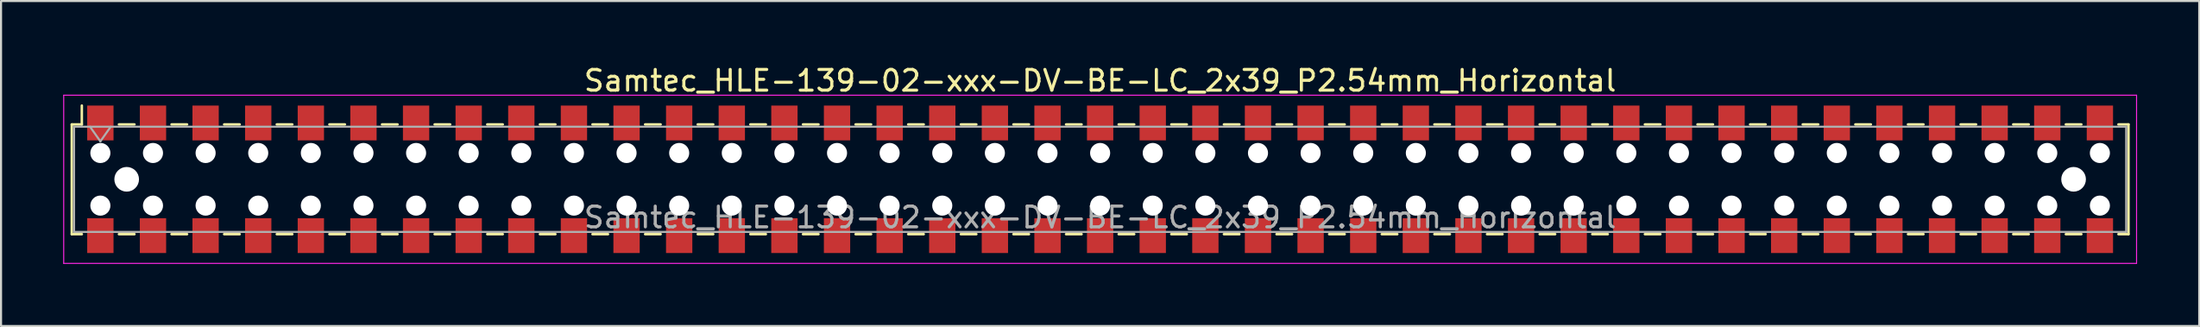
<source format=kicad_pcb>
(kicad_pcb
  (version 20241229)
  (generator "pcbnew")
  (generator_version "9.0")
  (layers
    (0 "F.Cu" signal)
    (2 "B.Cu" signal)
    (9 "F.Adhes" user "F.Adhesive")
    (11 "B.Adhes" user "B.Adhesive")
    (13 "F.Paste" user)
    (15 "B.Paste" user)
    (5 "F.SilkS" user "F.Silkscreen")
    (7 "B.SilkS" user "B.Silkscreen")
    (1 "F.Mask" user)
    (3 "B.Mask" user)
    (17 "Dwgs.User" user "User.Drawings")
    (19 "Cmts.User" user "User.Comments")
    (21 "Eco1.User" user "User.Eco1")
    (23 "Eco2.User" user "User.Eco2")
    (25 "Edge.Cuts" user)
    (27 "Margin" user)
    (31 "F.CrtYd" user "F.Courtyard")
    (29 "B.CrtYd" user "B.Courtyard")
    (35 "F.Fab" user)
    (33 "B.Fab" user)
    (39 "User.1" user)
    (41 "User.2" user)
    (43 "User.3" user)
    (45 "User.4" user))
  (footprint "Samtec_HLE-139-02-xxx-DV-BE-LC_2x39_P2.54mm_Horizontal"
    (layer "F.Cu")
    (at 50.055 5.608)
    (property "Reference" "Samtec_HLE-139-02-xxx-DV-BE-LC_2x39_P2.54mm_Horizontal" (at 0 -4.76 0) (layer "F.SilkS") (effects (font (size 1 1) (thickness 0.15))))
    (attr smd)
    (fp_line (start -49.64 -2.65) (end -49.64 2.65) (stroke (width 0.12) (type solid)) (layer "F.SilkS"))
    (fp_line (start -49.64 2.65) (end -49.155 2.65) (stroke (width 0.12) (type solid)) (layer "F.SilkS"))
    (fp_line (start -49.155 -3.56) (end -49.155 -2.65) (stroke (width 0.12) (type solid)) (layer "F.SilkS"))
    (fp_line (start -49.155 -2.65) (end -49.64 -2.65) (stroke (width 0.12) (type solid)) (layer "F.SilkS"))
    (fp_line (start -47.365 -2.65) (end -46.615 -2.65) (stroke (width 0.12) (type solid)) (layer "F.SilkS"))
    (fp_line (start -47.365 2.65) (end -46.615 2.65) (stroke (width 0.12) (type solid)) (layer "F.SilkS"))
    (fp_line (start -44.825 -2.65) (end -44.075 -2.65) (stroke (width 0.12) (type solid)) (layer "F.SilkS"))
    (fp_line (start -44.825 2.65) (end -44.075 2.65) (stroke (width 0.12) (type solid)) (layer "F.SilkS"))
    (fp_line (start -42.285 -2.65) (end -41.535 -2.65) (stroke (width 0.12) (type solid)) (layer "F.SilkS"))
    (fp_line (start -42.285 2.65) (end -41.535 2.65) (stroke (width 0.12) (type solid)) (layer "F.SilkS"))
    (fp_line (start -39.745 -2.65) (end -38.995 -2.65) (stroke (width 0.12) (type solid)) (layer "F.SilkS"))
    (fp_line (start -39.745 2.65) (end -38.995 2.65) (stroke (width 0.12) (type solid)) (layer "F.SilkS"))
    (fp_line (start -37.205 -2.65) (end -36.455 -2.65) (stroke (width 0.12) (type solid)) (layer "F.SilkS"))
    (fp_line (start -37.205 2.65) (end -36.455 2.65) (stroke (width 0.12) (type solid)) (layer "F.SilkS"))
    (fp_line (start -34.665 -2.65) (end -33.915 -2.65) (stroke (width 0.12) (type solid)) (layer "F.SilkS"))
    (fp_line (start -34.665 2.65) (end -33.915 2.65) (stroke (width 0.12) (type solid)) (layer "F.SilkS"))
    (fp_line (start -32.125 -2.65) (end -31.375 -2.65) (stroke (width 0.12) (type solid)) (layer "F.SilkS"))
    (fp_line (start -32.125 2.65) (end -31.375 2.65) (stroke (width 0.12) (type solid)) (layer "F.SilkS"))
    (fp_line (start -29.585 -2.65) (end -28.835 -2.65) (stroke (width 0.12) (type solid)) (layer "F.SilkS"))
    (fp_line (start -29.585 2.65) (end -28.835 2.65) (stroke (width 0.12) (type solid)) (layer "F.SilkS"))
    (fp_line (start -27.045 -2.65) (end -26.295 -2.65) (stroke (width 0.12) (type solid)) (layer "F.SilkS"))
    (fp_line (start -27.045 2.65) (end -26.295 2.65) (stroke (width 0.12) (type solid)) (layer "F.SilkS"))
    (fp_line (start -24.505 -2.65) (end -23.755 -2.65) (stroke (width 0.12) (type solid)) (layer "F.SilkS"))
    (fp_line (start -24.505 2.65) (end -23.755 2.65) (stroke (width 0.12) (type solid)) (layer "F.SilkS"))
    (fp_line (start -21.965 -2.65) (end -21.215 -2.65) (stroke (width 0.12) (type solid)) (layer "F.SilkS"))
    (fp_line (start -21.965 2.65) (end -21.215 2.65) (stroke (width 0.12) (type solid)) (layer "F.SilkS"))
    (fp_line (start -19.425 -2.65) (end -18.675 -2.65) (stroke (width 0.12) (type solid)) (layer "F.SilkS"))
    (fp_line (start -19.425 2.65) (end -18.675 2.65) (stroke (width 0.12) (type solid)) (layer "F.SilkS"))
    (fp_line (start -16.885 -2.65) (end -16.135 -2.65) (stroke (width 0.12) (type solid)) (layer "F.SilkS"))
    (fp_line (start -16.885 2.65) (end -16.135 2.65) (stroke (width 0.12) (type solid)) (layer "F.SilkS"))
    (fp_line (start -14.345 -2.65) (end -13.595 -2.65) (stroke (width 0.12) (type solid)) (layer "F.SilkS"))
    (fp_line (start -14.345 2.65) (end -13.595 2.65) (stroke (width 0.12) (type solid)) (layer "F.SilkS"))
    (fp_line (start -11.805 -2.65) (end -11.055 -2.65) (stroke (width 0.12) (type solid)) (layer "F.SilkS"))
    (fp_line (start -11.805 2.65) (end -11.055 2.65) (stroke (width 0.12) (type solid)) (layer "F.SilkS"))
    (fp_line (start -9.265 -2.65) (end -8.515 -2.65) (stroke (width 0.12) (type solid)) (layer "F.SilkS"))
    (fp_line (start -9.265 2.65) (end -8.515 2.65) (stroke (width 0.12) (type solid)) (layer "F.SilkS"))
    (fp_line (start -6.725 -2.65) (end -5.975 -2.65) (stroke (width 0.12) (type solid)) (layer "F.SilkS"))
    (fp_line (start -6.725 2.65) (end -5.975 2.65) (stroke (width 0.12) (type solid)) (layer "F.SilkS"))
    (fp_line (start -4.185 -2.65) (end -3.435 -2.65) (stroke (width 0.12) (type solid)) (layer "F.SilkS"))
    (fp_line (start -4.185 2.65) (end -3.435 2.65) (stroke (width 0.12) (type solid)) (layer "F.SilkS"))
    (fp_line (start -1.645 -2.65) (end -0.895 -2.65) (stroke (width 0.12) (type solid)) (layer "F.SilkS"))
    (fp_line (start -1.645 2.65) (end -0.895 2.65) (stroke (width 0.12) (type solid)) (layer "F.SilkS"))
    (fp_line (start 0.895 -2.65) (end 1.645 -2.65) (stroke (width 0.12) (type solid)) (layer "F.SilkS"))
    (fp_line (start 0.895 2.65) (end 1.645 2.65) (stroke (width 0.12) (type solid)) (layer "F.SilkS"))
    (fp_line (start 3.435 -2.65) (end 4.185 -2.65) (stroke (width 0.12) (type solid)) (layer "F.SilkS"))
    (fp_line (start 3.435 2.65) (end 4.185 2.65) (stroke (width 0.12) (type solid)) (layer "F.SilkS"))
    (fp_line (start 5.975 -2.65) (end 6.725 -2.65) (stroke (width 0.12) (type solid)) (layer "F.SilkS"))
    (fp_line (start 5.975 2.65) (end 6.725 2.65) (stroke (width 0.12) (type solid)) (layer "F.SilkS"))
    (fp_line (start 8.515 -2.65) (end 9.265 -2.65) (stroke (width 0.12) (type solid)) (layer "F.SilkS"))
    (fp_line (start 8.515 2.65) (end 9.265 2.65) (stroke (width 0.12) (type solid)) (layer "F.SilkS"))
    (fp_line (start 11.055 -2.65) (end 11.805 -2.65) (stroke (width 0.12) (type solid)) (layer "F.SilkS"))
    (fp_line (start 11.055 2.65) (end 11.805 2.65) (stroke (width 0.12) (type solid)) (layer "F.SilkS"))
    (fp_line (start 13.595 -2.65) (end 14.345 -2.65) (stroke (width 0.12) (type solid)) (layer "F.SilkS"))
    (fp_line (start 13.595 2.65) (end 14.345 2.65) (stroke (width 0.12) (type solid)) (layer "F.SilkS"))
    (fp_line (start 16.135 -2.65) (end 16.885 -2.65) (stroke (width 0.12) (type solid)) (layer "F.SilkS"))
    (fp_line (start 16.135 2.65) (end 16.885 2.65) (stroke (width 0.12) (type solid)) (layer "F.SilkS"))
    (fp_line (start 18.675 -2.65) (end 19.425 -2.65) (stroke (width 0.12) (type solid)) (layer "F.SilkS"))
    (fp_line (start 18.675 2.65) (end 19.425 2.65) (stroke (width 0.12) (type solid)) (layer "F.SilkS"))
    (fp_line (start 21.215 -2.65) (end 21.965 -2.65) (stroke (width 0.12) (type solid)) (layer "F.SilkS"))
    (fp_line (start 21.215 2.65) (end 21.965 2.65) (stroke (width 0.12) (type solid)) (layer "F.SilkS"))
    (fp_line (start 23.755 -2.65) (end 24.505 -2.65) (stroke (width 0.12) (type solid)) (layer "F.SilkS"))
    (fp_line (start 23.755 2.65) (end 24.505 2.65) (stroke (width 0.12) (type solid)) (layer "F.SilkS"))
    (fp_line (start 26.295 -2.65) (end 27.045 -2.65) (stroke (width 0.12) (type solid)) (layer "F.SilkS"))
    (fp_line (start 26.295 2.65) (end 27.045 2.65) (stroke (width 0.12) (type solid)) (layer "F.SilkS"))
    (fp_line (start 28.835 -2.65) (end 29.585 -2.65) (stroke (width 0.12) (type solid)) (layer "F.SilkS"))
    (fp_line (start 28.835 2.65) (end 29.585 2.65) (stroke (width 0.12) (type solid)) (layer "F.SilkS"))
    (fp_line (start 31.375 -2.65) (end 32.125 -2.65) (stroke (width 0.12) (type solid)) (layer "F.SilkS"))
    (fp_line (start 31.375 2.65) (end 32.125 2.65) (stroke (width 0.12) (type solid)) (layer "F.SilkS"))
    (fp_line (start 33.915 -2.65) (end 34.665 -2.65) (stroke (width 0.12) (type solid)) (layer "F.SilkS"))
    (fp_line (start 33.915 2.65) (end 34.665 2.65) (stroke (width 0.12) (type solid)) (layer "F.SilkS"))
    (fp_line (start 36.455 -2.65) (end 37.205 -2.65) (stroke (width 0.12) (type solid)) (layer "F.SilkS"))
    (fp_line (start 36.455 2.65) (end 37.205 2.65) (stroke (width 0.12) (type solid)) (layer "F.SilkS"))
    (fp_line (start 38.995 -2.65) (end 39.745 -2.65) (stroke (width 0.12) (type solid)) (layer "F.SilkS"))
    (fp_line (start 38.995 2.65) (end 39.745 2.65) (stroke (width 0.12) (type solid)) (layer "F.SilkS"))
    (fp_line (start 41.535 -2.65) (end 42.285 -2.65) (stroke (width 0.12) (type solid)) (layer "F.SilkS"))
    (fp_line (start 41.535 2.65) (end 42.285 2.65) (stroke (width 0.12) (type solid)) (layer "F.SilkS"))
    (fp_line (start 44.075 -2.65) (end 44.825 -2.65) (stroke (width 0.12) (type solid)) (layer "F.SilkS"))
    (fp_line (start 44.075 2.65) (end 44.825 2.65) (stroke (width 0.12) (type solid)) (layer "F.SilkS"))
    (fp_line (start 46.615 -2.65) (end 47.365 -2.65) (stroke (width 0.12) (type solid)) (layer "F.SilkS"))
    (fp_line (start 46.615 2.65) (end 47.365 2.65) (stroke (width 0.12) (type solid)) (layer "F.SilkS"))
    (fp_line (start 49.155 -2.65) (end 49.64 -2.65) (stroke (width 0.12) (type solid)) (layer "F.SilkS"))
    (fp_line (start 49.64 -2.65) (end 49.64 2.65) (stroke (width 0.12) (type solid)) (layer "F.SilkS"))
    (fp_line (start 49.64 2.65) (end 49.155 2.65) (stroke (width 0.12) (type solid)) (layer "F.SilkS"))
    (fp_line (start -50.03 -4.06) (end 50.03 -4.06) (stroke (width 0.05) (type solid)) (layer "F.CrtYd"))
    (fp_line (start -50.03 4.06) (end -50.03 -4.06) (stroke (width 0.05) (type solid)) (layer "F.CrtYd"))
    (fp_line (start 50.03 -4.06) (end 50.03 4.06) (stroke (width 0.05) (type solid)) (layer "F.CrtYd"))
    (fp_line (start 50.03 4.06) (end -50.03 4.06) (stroke (width 0.05) (type solid)) (layer "F.CrtYd"))
    (fp_line (start -49.53 -2.54) (end 49.53 -2.54) (stroke (width 0.1) (type solid)) (layer "F.Fab"))
    (fp_line (start -49.53 2.54) (end -49.53 -2.54) (stroke (width 0.1) (type solid)) (layer "F.Fab"))
    (fp_line (start -48.76 -2.54) (end -48.26 -1.833) (stroke (width 0.1) (type solid)) (layer "F.Fab"))
    (fp_line (start -48.26 -1.833) (end -47.76 -2.54) (stroke (width 0.1) (type solid)) (layer "F.Fab"))
    (fp_line (start 49.53 -2.54) (end 49.53 2.54) (stroke (width 0.1) (type solid)) (layer "F.Fab"))
    (fp_line (start 49.53 2.54) (end -49.53 2.54) (stroke (width 0.1) (type solid)) (layer "F.Fab"))
    (fp_text user "${REFERENCE}" (at 0 1.84 0) (layer "F.Fab") (effects (font (size 1 1) (thickness 0.15))))
    (pad "" np_thru_hole circle (at -48.26 -1.27) (size 0.97 0.97) (drill 0.97) (layers "*.Cu" "*.Mask"))
    (pad "" np_thru_hole circle (at -48.26 1.27) (size 0.97 0.97) (drill 0.97) (layers "*.Cu" "*.Mask"))
    (pad "" np_thru_hole circle (at -46.99 0) (size 1.19 1.19) (drill 1.19) (layers "*.Cu" "*.Mask"))
    (pad "" np_thru_hole circle (at -45.72 -1.27) (size 0.97 0.97) (drill 0.97) (layers "*.Cu" "*.Mask"))
    (pad "" np_thru_hole circle (at -45.72 1.27) (size 0.97 0.97) (drill 0.97) (layers "*.Cu" "*.Mask"))
    (pad "" np_thru_hole circle (at -43.18 -1.27) (size 0.97 0.97) (drill 0.97) (layers "*.Cu" "*.Mask"))
    (pad "" np_thru_hole circle (at -43.18 1.27) (size 0.97 0.97) (drill 0.97) (layers "*.Cu" "*.Mask"))
    (pad "" np_thru_hole circle (at -40.64 -1.27) (size 0.97 0.97) (drill 0.97) (layers "*.Cu" "*.Mask"))
    (pad "" np_thru_hole circle (at -40.64 1.27) (size 0.97 0.97) (drill 0.97) (layers "*.Cu" "*.Mask"))
    (pad "" np_thru_hole circle (at -38.1 -1.27) (size 0.97 0.97) (drill 0.97) (layers "*.Cu" "*.Mask"))
    (pad "" np_thru_hole circle (at -38.1 1.27) (size 0.97 0.97) (drill 0.97) (layers "*.Cu" "*.Mask"))
    (pad "" np_thru_hole circle (at -35.56 -1.27) (size 0.97 0.97) (drill 0.97) (layers "*.Cu" "*.Mask"))
    (pad "" np_thru_hole circle (at -35.56 1.27) (size 0.97 0.97) (drill 0.97) (layers "*.Cu" "*.Mask"))
    (pad "" np_thru_hole circle (at -33.02 -1.27) (size 0.97 0.97) (drill 0.97) (layers "*.Cu" "*.Mask"))
    (pad "" np_thru_hole circle (at -33.02 1.27) (size 0.97 0.97) (drill 0.97) (layers "*.Cu" "*.Mask"))
    (pad "" np_thru_hole circle (at -30.48 -1.27) (size 0.97 0.97) (drill 0.97) (layers "*.Cu" "*.Mask"))
    (pad "" np_thru_hole circle (at -30.48 1.27) (size 0.97 0.97) (drill 0.97) (layers "*.Cu" "*.Mask"))
    (pad "" np_thru_hole circle (at -27.94 -1.27) (size 0.97 0.97) (drill 0.97) (layers "*.Cu" "*.Mask"))
    (pad "" np_thru_hole circle (at -27.94 1.27) (size 0.97 0.97) (drill 0.97) (layers "*.Cu" "*.Mask"))
    (pad "" np_thru_hole circle (at -25.4 -1.27) (size 0.97 0.97) (drill 0.97) (layers "*.Cu" "*.Mask"))
    (pad "" np_thru_hole circle (at -25.4 1.27) (size 0.97 0.97) (drill 0.97) (layers "*.Cu" "*.Mask"))
    (pad "" np_thru_hole circle (at -22.86 -1.27) (size 0.97 0.97) (drill 0.97) (layers "*.Cu" "*.Mask"))
    (pad "" np_thru_hole circle (at -22.86 1.27) (size 0.97 0.97) (drill 0.97) (layers "*.Cu" "*.Mask"))
    (pad "" np_thru_hole circle (at -20.32 -1.27) (size 0.97 0.97) (drill 0.97) (layers "*.Cu" "*.Mask"))
    (pad "" np_thru_hole circle (at -20.32 1.27) (size 0.97 0.97) (drill 0.97) (layers "*.Cu" "*.Mask"))
    (pad "" np_thru_hole circle (at -17.78 -1.27) (size 0.97 0.97) (drill 0.97) (layers "*.Cu" "*.Mask"))
    (pad "" np_thru_hole circle (at -17.78 1.27) (size 0.97 0.97) (drill 0.97) (layers "*.Cu" "*.Mask"))
    (pad "" np_thru_hole circle (at -15.24 -1.27) (size 0.97 0.97) (drill 0.97) (layers "*.Cu" "*.Mask"))
    (pad "" np_thru_hole circle (at -15.24 1.27) (size 0.97 0.97) (drill 0.97) (layers "*.Cu" "*.Mask"))
    (pad "" np_thru_hole circle (at -12.7 -1.27) (size 0.97 0.97) (drill 0.97) (layers "*.Cu" "*.Mask"))
    (pad "" np_thru_hole circle (at -12.7 1.27) (size 0.97 0.97) (drill 0.97) (layers "*.Cu" "*.Mask"))
    (pad "" np_thru_hole circle (at -10.16 -1.27) (size 0.97 0.97) (drill 0.97) (layers "*.Cu" "*.Mask"))
    (pad "" np_thru_hole circle (at -10.16 1.27) (size 0.97 0.97) (drill 0.97) (layers "*.Cu" "*.Mask"))
    (pad "" np_thru_hole circle (at -7.62 -1.27) (size 0.97 0.97) (drill 0.97) (layers "*.Cu" "*.Mask"))
    (pad "" np_thru_hole circle (at -7.62 1.27) (size 0.97 0.97) (drill 0.97) (layers "*.Cu" "*.Mask"))
    (pad "" np_thru_hole circle (at -5.08 -1.27) (size 0.97 0.97) (drill 0.97) (layers "*.Cu" "*.Mask"))
    (pad "" np_thru_hole circle (at -5.08 1.27) (size 0.97 0.97) (drill 0.97) (layers "*.Cu" "*.Mask"))
    (pad "" np_thru_hole circle (at -2.54 -1.27) (size 0.97 0.97) (drill 0.97) (layers "*.Cu" "*.Mask"))
    (pad "" np_thru_hole circle (at -2.54 1.27) (size 0.97 0.97) (drill 0.97) (layers "*.Cu" "*.Mask"))
    (pad "" np_thru_hole circle (at 0 -1.27) (size 0.97 0.97) (drill 0.97) (layers "*.Cu" "*.Mask"))
    (pad "" np_thru_hole circle (at 0 1.27) (size 0.97 0.97) (drill 0.97) (layers "*.Cu" "*.Mask"))
    (pad "" np_thru_hole circle (at 2.54 -1.27) (size 0.97 0.97) (drill 0.97) (layers "*.Cu" "*.Mask"))
    (pad "" np_thru_hole circle (at 2.54 1.27) (size 0.97 0.97) (drill 0.97) (layers "*.Cu" "*.Mask"))
    (pad "" np_thru_hole circle (at 5.08 -1.27) (size 0.97 0.97) (drill 0.97) (layers "*.Cu" "*.Mask"))
    (pad "" np_thru_hole circle (at 5.08 1.27) (size 0.97 0.97) (drill 0.97) (layers "*.Cu" "*.Mask"))
    (pad "" np_thru_hole circle (at 7.62 -1.27) (size 0.97 0.97) (drill 0.97) (layers "*.Cu" "*.Mask"))
    (pad "" np_thru_hole circle (at 7.62 1.27) (size 0.97 0.97) (drill 0.97) (layers "*.Cu" "*.Mask"))
    (pad "" np_thru_hole circle (at 10.16 -1.27) (size 0.97 0.97) (drill 0.97) (layers "*.Cu" "*.Mask"))
    (pad "" np_thru_hole circle (at 10.16 1.27) (size 0.97 0.97) (drill 0.97) (layers "*.Cu" "*.Mask"))
    (pad "" np_thru_hole circle (at 12.7 -1.27) (size 0.97 0.97) (drill 0.97) (layers "*.Cu" "*.Mask"))
    (pad "" np_thru_hole circle (at 12.7 1.27) (size 0.97 0.97) (drill 0.97) (layers "*.Cu" "*.Mask"))
    (pad "" np_thru_hole circle (at 15.24 -1.27) (size 0.97 0.97) (drill 0.97) (layers "*.Cu" "*.Mask"))
    (pad "" np_thru_hole circle (at 15.24 1.27) (size 0.97 0.97) (drill 0.97) (layers "*.Cu" "*.Mask"))
    (pad "" np_thru_hole circle (at 17.78 -1.27) (size 0.97 0.97) (drill 0.97) (layers "*.Cu" "*.Mask"))
    (pad "" np_thru_hole circle (at 17.78 1.27) (size 0.97 0.97) (drill 0.97) (layers "*.Cu" "*.Mask"))
    (pad "" np_thru_hole circle (at 20.32 -1.27) (size 0.97 0.97) (drill 0.97) (layers "*.Cu" "*.Mask"))
    (pad "" np_thru_hole circle (at 20.32 1.27) (size 0.97 0.97) (drill 0.97) (layers "*.Cu" "*.Mask"))
    (pad "" np_thru_hole circle (at 22.86 -1.27) (size 0.97 0.97) (drill 0.97) (layers "*.Cu" "*.Mask"))
    (pad "" np_thru_hole circle (at 22.86 1.27) (size 0.97 0.97) (drill 0.97) (layers "*.Cu" "*.Mask"))
    (pad "" np_thru_hole circle (at 25.4 -1.27) (size 0.97 0.97) (drill 0.97) (layers "*.Cu" "*.Mask"))
    (pad "" np_thru_hole circle (at 25.4 1.27) (size 0.97 0.97) (drill 0.97) (layers "*.Cu" "*.Mask"))
    (pad "" np_thru_hole circle (at 27.94 -1.27) (size 0.97 0.97) (drill 0.97) (layers "*.Cu" "*.Mask"))
    (pad "" np_thru_hole circle (at 27.94 1.27) (size 0.97 0.97) (drill 0.97) (layers "*.Cu" "*.Mask"))
    (pad "" np_thru_hole circle (at 30.48 -1.27) (size 0.97 0.97) (drill 0.97) (layers "*.Cu" "*.Mask"))
    (pad "" np_thru_hole circle (at 30.48 1.27) (size 0.97 0.97) (drill 0.97) (layers "*.Cu" "*.Mask"))
    (pad "" np_thru_hole circle (at 33.02 -1.27) (size 0.97 0.97) (drill 0.97) (layers "*.Cu" "*.Mask"))
    (pad "" np_thru_hole circle (at 33.02 1.27) (size 0.97 0.97) (drill 0.97) (layers "*.Cu" "*.Mask"))
    (pad "" np_thru_hole circle (at 35.56 -1.27) (size 0.97 0.97) (drill 0.97) (layers "*.Cu" "*.Mask"))
    (pad "" np_thru_hole circle (at 35.56 1.27) (size 0.97 0.97) (drill 0.97) (layers "*.Cu" "*.Mask"))
    (pad "" np_thru_hole circle (at 38.1 -1.27) (size 0.97 0.97) (drill 0.97) (layers "*.Cu" "*.Mask"))
    (pad "" np_thru_hole circle (at 38.1 1.27) (size 0.97 0.97) (drill 0.97) (layers "*.Cu" "*.Mask"))
    (pad "" np_thru_hole circle (at 40.64 -1.27) (size 0.97 0.97) (drill 0.97) (layers "*.Cu" "*.Mask"))
    (pad "" np_thru_hole circle (at 40.64 1.27) (size 0.97 0.97) (drill 0.97) (layers "*.Cu" "*.Mask"))
    (pad "" np_thru_hole circle (at 43.18 -1.27) (size 0.97 0.97) (drill 0.97) (layers "*.Cu" "*.Mask"))
    (pad "" np_thru_hole circle (at 43.18 1.27) (size 0.97 0.97) (drill 0.97) (layers "*.Cu" "*.Mask"))
    (pad "" np_thru_hole circle (at 45.72 -1.27) (size 0.97 0.97) (drill 0.97) (layers "*.Cu" "*.Mask"))
    (pad "" np_thru_hole circle (at 45.72 1.27) (size 0.97 0.97) (drill 0.97) (layers "*.Cu" "*.Mask"))
    (pad "" np_thru_hole circle (at 46.99 0) (size 1.19 1.19) (drill 1.19) (layers "*.Cu" "*.Mask"))
    (pad "" np_thru_hole circle (at 48.26 -1.27) (size 0.97 0.97) (drill 0.97) (layers "*.Cu" "*.Mask"))
    (pad "" np_thru_hole circle (at 48.26 1.27) (size 0.97 0.97) (drill 0.97) (layers "*.Cu" "*.Mask"))
    (pad "1" smd rect (at -48.26 -2.72) (size 1.27 1.68) (layers "F.Cu" "F.Mask" "F.Paste"))
    (pad "2" smd rect (at -48.26 2.72) (size 1.27 1.68) (layers "F.Cu" "F.Mask" "F.Paste"))
    (pad "3" smd rect (at -45.72 -2.72) (size 1.27 1.68) (layers "F.Cu" "F.Mask" "F.Paste"))
    (pad "4" smd rect (at -45.72 2.72) (size 1.27 1.68) (layers "F.Cu" "F.Mask" "F.Paste"))
    (pad "5" smd rect (at -43.18 -2.72) (size 1.27 1.68) (layers "F.Cu" "F.Mask" "F.Paste"))
    (pad "6" smd rect (at -43.18 2.72) (size 1.27 1.68) (layers "F.Cu" "F.Mask" "F.Paste"))
    (pad "7" smd rect (at -40.64 -2.72) (size 1.27 1.68) (layers "F.Cu" "F.Mask" "F.Paste"))
    (pad "8" smd rect (at -40.64 2.72) (size 1.27 1.68) (layers "F.Cu" "F.Mask" "F.Paste"))
    (pad "9" smd rect (at -38.1 -2.72) (size 1.27 1.68) (layers "F.Cu" "F.Mask" "F.Paste"))
    (pad "10" smd rect (at -38.1 2.72) (size 1.27 1.68) (layers "F.Cu" "F.Mask" "F.Paste"))
    (pad "11" smd rect (at -35.56 -2.72) (size 1.27 1.68) (layers "F.Cu" "F.Mask" "F.Paste"))
    (pad "12" smd rect (at -35.56 2.72) (size 1.27 1.68) (layers "F.Cu" "F.Mask" "F.Paste"))
    (pad "13" smd rect (at -33.02 -2.72) (size 1.27 1.68) (layers "F.Cu" "F.Mask" "F.Paste"))
    (pad "14" smd rect (at -33.02 2.72) (size 1.27 1.68) (layers "F.Cu" "F.Mask" "F.Paste"))
    (pad "15" smd rect (at -30.48 -2.72) (size 1.27 1.68) (layers "F.Cu" "F.Mask" "F.Paste"))
    (pad "16" smd rect (at -30.48 2.72) (size 1.27 1.68) (layers "F.Cu" "F.Mask" "F.Paste"))
    (pad "17" smd rect (at -27.94 -2.72) (size 1.27 1.68) (layers "F.Cu" "F.Mask" "F.Paste"))
    (pad "18" smd rect (at -27.94 2.72) (size 1.27 1.68) (layers "F.Cu" "F.Mask" "F.Paste"))
    (pad "19" smd rect (at -25.4 -2.72) (size 1.27 1.68) (layers "F.Cu" "F.Mask" "F.Paste"))
    (pad "20" smd rect (at -25.4 2.72) (size 1.27 1.68) (layers "F.Cu" "F.Mask" "F.Paste"))
    (pad "21" smd rect (at -22.86 -2.72) (size 1.27 1.68) (layers "F.Cu" "F.Mask" "F.Paste"))
    (pad "22" smd rect (at -22.86 2.72) (size 1.27 1.68) (layers "F.Cu" "F.Mask" "F.Paste"))
    (pad "23" smd rect (at -20.32 -2.72) (size 1.27 1.68) (layers "F.Cu" "F.Mask" "F.Paste"))
    (pad "24" smd rect (at -20.32 2.72) (size 1.27 1.68) (layers "F.Cu" "F.Mask" "F.Paste"))
    (pad "25" smd rect (at -17.78 -2.72) (size 1.27 1.68) (layers "F.Cu" "F.Mask" "F.Paste"))
    (pad "26" smd rect (at -17.78 2.72) (size 1.27 1.68) (layers "F.Cu" "F.Mask" "F.Paste"))
    (pad "27" smd rect (at -15.24 -2.72) (size 1.27 1.68) (layers "F.Cu" "F.Mask" "F.Paste"))
    (pad "28" smd rect (at -15.24 2.72) (size 1.27 1.68) (layers "F.Cu" "F.Mask" "F.Paste"))
    (pad "29" smd rect (at -12.7 -2.72) (size 1.27 1.68) (layers "F.Cu" "F.Mask" "F.Paste"))
    (pad "30" smd rect (at -12.7 2.72) (size 1.27 1.68) (layers "F.Cu" "F.Mask" "F.Paste"))
    (pad "31" smd rect (at -10.16 -2.72) (size 1.27 1.68) (layers "F.Cu" "F.Mask" "F.Paste"))
    (pad "32" smd rect (at -10.16 2.72) (size 1.27 1.68) (layers "F.Cu" "F.Mask" "F.Paste"))
    (pad "33" smd rect (at -7.62 -2.72) (size 1.27 1.68) (layers "F.Cu" "F.Mask" "F.Paste"))
    (pad "34" smd rect (at -7.62 2.72) (size 1.27 1.68) (layers "F.Cu" "F.Mask" "F.Paste"))
    (pad "35" smd rect (at -5.08 -2.72) (size 1.27 1.68) (layers "F.Cu" "F.Mask" "F.Paste"))
    (pad "36" smd rect (at -5.08 2.72) (size 1.27 1.68) (layers "F.Cu" "F.Mask" "F.Paste"))
    (pad "37" smd rect (at -2.54 -2.72) (size 1.27 1.68) (layers "F.Cu" "F.Mask" "F.Paste"))
    (pad "38" smd rect (at -2.54 2.72) (size 1.27 1.68) (layers "F.Cu" "F.Mask" "F.Paste"))
    (pad "39" smd rect (at 0 -2.72) (size 1.27 1.68) (layers "F.Cu" "F.Mask" "F.Paste"))
    (pad "40" smd rect (at 0 2.72) (size 1.27 1.68) (layers "F.Cu" "F.Mask" "F.Paste"))
    (pad "41" smd rect (at 2.54 -2.72) (size 1.27 1.68) (layers "F.Cu" "F.Mask" "F.Paste"))
    (pad "42" smd rect (at 2.54 2.72) (size 1.27 1.68) (layers "F.Cu" "F.Mask" "F.Paste"))
    (pad "43" smd rect (at 5.08 -2.72) (size 1.27 1.68) (layers "F.Cu" "F.Mask" "F.Paste"))
    (pad "44" smd rect (at 5.08 2.72) (size 1.27 1.68) (layers "F.Cu" "F.Mask" "F.Paste"))
    (pad "45" smd rect (at 7.62 -2.72) (size 1.27 1.68) (layers "F.Cu" "F.Mask" "F.Paste"))
    (pad "46" smd rect (at 7.62 2.72) (size 1.27 1.68) (layers "F.Cu" "F.Mask" "F.Paste"))
    (pad "47" smd rect (at 10.16 -2.72) (size 1.27 1.68) (layers "F.Cu" "F.Mask" "F.Paste"))
    (pad "48" smd rect (at 10.16 2.72) (size 1.27 1.68) (layers "F.Cu" "F.Mask" "F.Paste"))
    (pad "49" smd rect (at 12.7 -2.72) (size 1.27 1.68) (layers "F.Cu" "F.Mask" "F.Paste"))
    (pad "50" smd rect (at 12.7 2.72) (size 1.27 1.68) (layers "F.Cu" "F.Mask" "F.Paste"))
    (pad "51" smd rect (at 15.24 -2.72) (size 1.27 1.68) (layers "F.Cu" "F.Mask" "F.Paste"))
    (pad "52" smd rect (at 15.24 2.72) (size 1.27 1.68) (layers "F.Cu" "F.Mask" "F.Paste"))
    (pad "53" smd rect (at 17.78 -2.72) (size 1.27 1.68) (layers "F.Cu" "F.Mask" "F.Paste"))
    (pad "54" smd rect (at 17.78 2.72) (size 1.27 1.68) (layers "F.Cu" "F.Mask" "F.Paste"))
    (pad "55" smd rect (at 20.32 -2.72) (size 1.27 1.68) (layers "F.Cu" "F.Mask" "F.Paste"))
    (pad "56" smd rect (at 20.32 2.72) (size 1.27 1.68) (layers "F.Cu" "F.Mask" "F.Paste"))
    (pad "57" smd rect (at 22.86 -2.72) (size 1.27 1.68) (layers "F.Cu" "F.Mask" "F.Paste"))
    (pad "58" smd rect (at 22.86 2.72) (size 1.27 1.68) (layers "F.Cu" "F.Mask" "F.Paste"))
    (pad "59" smd rect (at 25.4 -2.72) (size 1.27 1.68) (layers "F.Cu" "F.Mask" "F.Paste"))
    (pad "60" smd rect (at 25.4 2.72) (size 1.27 1.68) (layers "F.Cu" "F.Mask" "F.Paste"))
    (pad "61" smd rect (at 27.94 -2.72) (size 1.27 1.68) (layers "F.Cu" "F.Mask" "F.Paste"))
    (pad "62" smd rect (at 27.94 2.72) (size 1.27 1.68) (layers "F.Cu" "F.Mask" "F.Paste"))
    (pad "63" smd rect (at 30.48 -2.72) (size 1.27 1.68) (layers "F.Cu" "F.Mask" "F.Paste"))
    (pad "64" smd rect (at 30.48 2.72) (size 1.27 1.68) (layers "F.Cu" "F.Mask" "F.Paste"))
    (pad "65" smd rect (at 33.02 -2.72) (size 1.27 1.68) (layers "F.Cu" "F.Mask" "F.Paste"))
    (pad "66" smd rect (at 33.02 2.72) (size 1.27 1.68) (layers "F.Cu" "F.Mask" "F.Paste"))
    (pad "67" smd rect (at 35.56 -2.72) (size 1.27 1.68) (layers "F.Cu" "F.Mask" "F.Paste"))
    (pad "68" smd rect (at 35.56 2.72) (size 1.27 1.68) (layers "F.Cu" "F.Mask" "F.Paste"))
    (pad "69" smd rect (at 38.1 -2.72) (size 1.27 1.68) (layers "F.Cu" "F.Mask" "F.Paste"))
    (pad "70" smd rect (at 38.1 2.72) (size 1.27 1.68) (layers "F.Cu" "F.Mask" "F.Paste"))
    (pad "71" smd rect (at 40.64 -2.72) (size 1.27 1.68) (layers "F.Cu" "F.Mask" "F.Paste"))
    (pad "72" smd rect (at 40.64 2.72) (size 1.27 1.68) (layers "F.Cu" "F.Mask" "F.Paste"))
    (pad "73" smd rect (at 43.18 -2.72) (size 1.27 1.68) (layers "F.Cu" "F.Mask" "F.Paste"))
    (pad "74" smd rect (at 43.18 2.72) (size 1.27 1.68) (layers "F.Cu" "F.Mask" "F.Paste"))
    (pad "75" smd rect (at 45.72 -2.72) (size 1.27 1.68) (layers "F.Cu" "F.Mask" "F.Paste"))
    (pad "76" smd rect (at 45.72 2.72) (size 1.27 1.68) (layers "F.Cu" "F.Mask" "F.Paste"))
    (pad "77" smd rect (at 48.26 -2.72) (size 1.27 1.68) (layers "F.Cu" "F.Mask" "F.Paste"))
    (pad "78" smd rect (at 48.26 2.72) (size 1.27 1.68) (layers "F.Cu" "F.Mask" "F.Paste")))
  (gr_rect
    (start -3 -3)
    (end 103.11 12.693)
    (stroke (width 0.1) (type default))
    (fill no)
    (layer "Edge.Cuts")))
</source>
